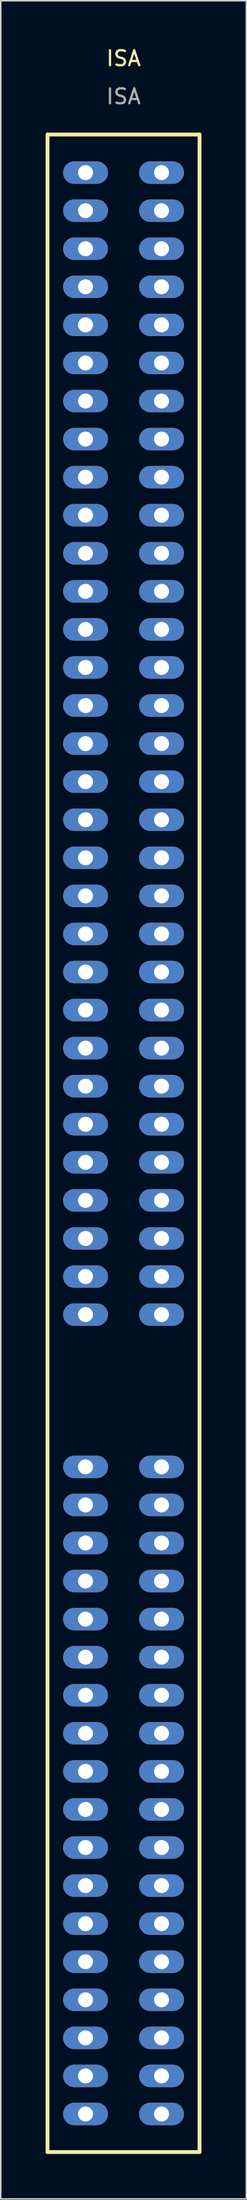
<source format=kicad_pcb>
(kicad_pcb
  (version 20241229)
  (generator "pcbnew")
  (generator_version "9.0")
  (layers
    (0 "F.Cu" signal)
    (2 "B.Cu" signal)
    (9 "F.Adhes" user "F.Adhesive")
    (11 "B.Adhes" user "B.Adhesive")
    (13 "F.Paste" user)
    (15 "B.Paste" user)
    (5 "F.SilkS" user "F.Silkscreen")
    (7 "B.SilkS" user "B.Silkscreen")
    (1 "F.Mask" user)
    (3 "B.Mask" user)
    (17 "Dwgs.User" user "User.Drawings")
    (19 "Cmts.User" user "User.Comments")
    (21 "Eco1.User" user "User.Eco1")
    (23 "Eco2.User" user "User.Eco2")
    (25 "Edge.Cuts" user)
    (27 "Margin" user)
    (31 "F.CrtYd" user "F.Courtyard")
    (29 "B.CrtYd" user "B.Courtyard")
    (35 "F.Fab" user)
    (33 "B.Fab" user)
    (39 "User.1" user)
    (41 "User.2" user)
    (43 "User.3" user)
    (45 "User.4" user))
  (footprint "ISA"
    (layer "F.Cu")
    (at 5.207 9.738)
    (property "Reference" "ISA" (at 0 -8.89 0) (unlocked yes) (layer "F.SilkS") (effects (font (size 1 1) (thickness 0.15))))
    (attr smd)
    (fp_line (start -5.08 -3.81) (end -5.08 130.81) (stroke (width 0.254) (type solid)) (layer "F.SilkS"))
    (fp_line (start -5.08 -3.81) (end 5.08 -3.81) (stroke (width 0.254) (type solid)) (layer "F.SilkS"))
    (fp_line (start -5.08 130.81) (end 5.08 130.81) (stroke (width 0.254) (type solid)) (layer "F.SilkS"))
    (fp_line (start 5.08 -3.81) (end 5.08 130.81) (stroke (width 0.254) (type solid)) (layer "F.SilkS"))
    (fp_text user "${REFERENCE}" (at 0 -6.35 0) (unlocked yes) (layer "F.Fab") (effects (font (size 1 1) (thickness 0.15))))
    (pad "1" thru_hole oval (at -2.54 -1.27) (size 3 1.5) (drill 1) (layers "*.Cu" "*.Mask"))
    (pad "2" thru_hole oval (at -2.54 1.27) (size 3 1.5) (drill 1) (layers "*.Cu" "*.Mask"))
    (pad "3" thru_hole oval (at -2.54 3.81) (size 3 1.5) (drill 1) (layers "*.Cu" "*.Mask"))
    (pad "4" thru_hole oval (at -2.54 6.35) (size 3 1.5) (drill 1) (layers "*.Cu" "*.Mask"))
    (pad "5" thru_hole oval (at -2.54 8.89) (size 3 1.5) (drill 1) (layers "*.Cu" "*.Mask"))
    (pad "6" thru_hole oval (at -2.54 11.43) (size 3 1.5) (drill 1) (layers "*.Cu" "*.Mask"))
    (pad "7" thru_hole oval (at -2.54 13.97) (size 3 1.5) (drill 1) (layers "*.Cu" "*.Mask"))
    (pad "8" thru_hole oval (at -2.54 16.51) (size 3 1.5) (drill 1) (layers "*.Cu" "*.Mask"))
    (pad "9" thru_hole oval (at -2.54 19.05) (size 3 1.5) (drill 1) (layers "*.Cu" "*.Mask"))
    (pad "10" thru_hole oval (at -2.54 21.59) (size 3 1.5) (drill 1) (layers "*.Cu" "*.Mask"))
    (pad "11" thru_hole oval (at -2.54 24.13) (size 3 1.5) (drill 1) (layers "*.Cu" "*.Mask"))
    (pad "12" thru_hole oval (at -2.54 26.67) (size 3 1.5) (drill 1) (layers "*.Cu" "*.Mask"))
    (pad "13" thru_hole oval (at -2.54 29.21) (size 3 1.5) (drill 1) (layers "*.Cu" "*.Mask"))
    (pad "14" thru_hole oval (at -2.54 31.75) (size 3 1.5) (drill 1) (layers "*.Cu" "*.Mask"))
    (pad "15" thru_hole oval (at -2.54 34.29) (size 3 1.5) (drill 1) (layers "*.Cu" "*.Mask"))
    (pad "16" thru_hole oval (at -2.54 36.83) (size 3 1.5) (drill 1) (layers "*.Cu" "*.Mask"))
    (pad "17" thru_hole oval (at -2.54 39.37) (size 3 1.5) (drill 1) (layers "*.Cu" "*.Mask"))
    (pad "18" thru_hole oval (at -2.54 41.91) (size 3 1.5) (drill 1) (layers "*.Cu" "*.Mask"))
    (pad "19" thru_hole oval (at -2.54 44.45) (size 3 1.5) (drill 1) (layers "*.Cu" "*.Mask"))
    (pad "20" thru_hole oval (at -2.54 46.99) (size 3 1.5) (drill 1) (layers "*.Cu" "*.Mask"))
    (pad "21" thru_hole oval (at -2.54 49.53) (size 3 1.5) (drill 1) (layers "*.Cu" "*.Mask"))
    (pad "22" thru_hole oval (at -2.54 52.07) (size 3 1.5) (drill 1) (layers "*.Cu" "*.Mask"))
    (pad "23" thru_hole oval (at -2.54 54.61) (size 3 1.5) (drill 1) (layers "*.Cu" "*.Mask"))
    (pad "24" thru_hole oval (at -2.54 57.15) (size 3 1.5) (drill 1) (layers "*.Cu" "*.Mask"))
    (pad "25" thru_hole oval (at -2.54 59.69) (size 3 1.5) (drill 1) (layers "*.Cu" "*.Mask"))
    (pad "26" thru_hole oval (at -2.54 62.23) (size 3 1.5) (drill 1) (layers "*.Cu" "*.Mask"))
    (pad "27" thru_hole oval (at -2.54 64.77) (size 3 1.5) (drill 1) (layers "*.Cu" "*.Mask"))
    (pad "28" thru_hole oval (at -2.54 67.31) (size 3 1.5) (drill 1) (layers "*.Cu" "*.Mask"))
    (pad "29" thru_hole oval (at -2.54 69.85) (size 3 1.5) (drill 1) (layers "*.Cu" "*.Mask"))
    (pad "30" thru_hole oval (at -2.54 72.39) (size 3 1.5) (drill 1) (layers "*.Cu" "*.Mask"))
    (pad "31" thru_hole oval (at -2.54 74.93) (size 3 1.5) (drill 1) (layers "*.Cu" "*.Mask"))
    (pad "32" thru_hole oval (at 2.54 -1.27) (size 3 1.5) (drill 1) (layers "*.Cu" "*.Mask"))
    (pad "33" thru_hole oval (at 2.54 1.27) (size 3 1.5) (drill 1) (layers "*.Cu" "*.Mask"))
    (pad "34" thru_hole oval (at 2.54 3.81) (size 3 1.5) (drill 1) (layers "*.Cu" "*.Mask"))
    (pad "35" thru_hole oval (at 2.54 6.35) (size 3 1.5) (drill 1) (layers "*.Cu" "*.Mask"))
    (pad "36" thru_hole oval (at 2.54 8.89) (size 3 1.5) (drill 1) (layers "*.Cu" "*.Mask"))
    (pad "37" thru_hole oval (at 2.54 11.43) (size 3 1.5) (drill 1) (layers "*.Cu" "*.Mask"))
    (pad "38" thru_hole oval (at 2.54 13.97) (size 3 1.5) (drill 1) (layers "*.Cu" "*.Mask"))
    (pad "39" thru_hole oval (at 2.54 16.51) (size 3 1.5) (drill 1) (layers "*.Cu" "*.Mask"))
    (pad "40" thru_hole oval (at 2.54 19.05) (size 3 1.5) (drill 1) (layers "*.Cu" "*.Mask"))
    (pad "41" thru_hole oval (at 2.54 21.59) (size 3 1.5) (drill 1) (layers "*.Cu" "*.Mask"))
    (pad "42" thru_hole oval (at 2.54 24.13) (size 3 1.5) (drill 1) (layers "*.Cu" "*.Mask"))
    (pad "43" thru_hole oval (at 2.54 26.67) (size 3 1.5) (drill 1) (layers "*.Cu" "*.Mask"))
    (pad "44" thru_hole oval (at 2.54 29.21) (size 3 1.5) (drill 1) (layers "*.Cu" "*.Mask"))
    (pad "45" thru_hole oval (at 2.54 31.75) (size 3 1.5) (drill 1) (layers "*.Cu" "*.Mask"))
    (pad "46" thru_hole oval (at 2.54 34.29) (size 3 1.5) (drill 1) (layers "*.Cu" "*.Mask"))
    (pad "47" thru_hole oval (at 2.54 36.83) (size 3 1.5) (drill 1) (layers "*.Cu" "*.Mask"))
    (pad "48" thru_hole oval (at 2.54 39.37) (size 3 1.5) (drill 1) (layers "*.Cu" "*.Mask"))
    (pad "49" thru_hole oval (at 2.54 41.91) (size 3 1.5) (drill 1) (layers "*.Cu" "*.Mask"))
    (pad "50" thru_hole oval (at 2.54 44.45) (size 3 1.5) (drill 1) (layers "*.Cu" "*.Mask"))
    (pad "51" thru_hole oval (at 2.54 46.99) (size 3 1.5) (drill 1) (layers "*.Cu" "*.Mask"))
    (pad "52" thru_hole oval (at 2.54 49.53) (size 3 1.5) (drill 1) (layers "*.Cu" "*.Mask"))
    (pad "53" thru_hole oval (at 2.54 52.07) (size 3 1.5) (drill 1) (layers "*.Cu" "*.Mask"))
    (pad "54" thru_hole oval (at 2.54 54.61) (size 3 1.5) (drill 1) (layers "*.Cu" "*.Mask"))
    (pad "55" thru_hole oval (at 2.54 57.15) (size 3 1.5) (drill 1) (layers "*.Cu" "*.Mask"))
    (pad "56" thru_hole oval (at 2.54 59.69) (size 3 1.5) (drill 1) (layers "*.Cu" "*.Mask"))
    (pad "57" thru_hole oval (at 2.54 62.23) (size 3 1.5) (drill 1) (layers "*.Cu" "*.Mask"))
    (pad "58" thru_hole oval (at 2.54 64.77) (size 3 1.5) (drill 1) (layers "*.Cu" "*.Mask"))
    (pad "59" thru_hole oval (at 2.54 67.31) (size 3 1.5) (drill 1) (layers "*.Cu" "*.Mask"))
    (pad "60" thru_hole oval (at 2.54 69.85) (size 3 1.5) (drill 1) (layers "*.Cu" "*.Mask"))
    (pad "61" thru_hole oval (at 2.54 72.39) (size 3 1.5) (drill 1) (layers "*.Cu" "*.Mask"))
    (pad "62" thru_hole oval (at 2.54 74.93) (size 3 1.5) (drill 1) (layers "*.Cu" "*.Mask"))
    (pad "63" thru_hole oval (at -2.54 85.09) (size 3 1.5) (drill 1) (layers "*.Cu" "*.Mask"))
    (pad "64" thru_hole oval (at -2.54 87.63) (size 3 1.5) (drill 1) (layers "*.Cu" "*.Mask"))
    (pad "65" thru_hole oval (at -2.54 90.17) (size 3 1.5) (drill 1) (layers "*.Cu" "*.Mask"))
    (pad "66" thru_hole oval (at -2.54 92.71) (size 3 1.5) (drill 1) (layers "*.Cu" "*.Mask"))
    (pad "67" thru_hole oval (at -2.54 95.25) (size 3 1.5) (drill 1) (layers "*.Cu" "*.Mask"))
    (pad "68" thru_hole oval (at -2.54 97.79) (size 3 1.5) (drill 1) (layers "*.Cu" "*.Mask"))
    (pad "69" thru_hole oval (at -2.54 100.33) (size 3 1.5) (drill 1) (layers "*.Cu" "*.Mask"))
    (pad "70" thru_hole oval (at -2.54 102.87) (size 3 1.5) (drill 1) (layers "*.Cu" "*.Mask"))
    (pad "71" thru_hole oval (at -2.54 105.41) (size 3 1.5) (drill 1) (layers "*.Cu" "*.Mask"))
    (pad "72" thru_hole oval (at -2.54 107.95) (size 3 1.5) (drill 1) (layers "*.Cu" "*.Mask"))
    (pad "73" thru_hole oval (at -2.54 110.49) (size 3 1.5) (drill 1) (layers "*.Cu" "*.Mask"))
    (pad "74" thru_hole oval (at -2.54 113.03) (size 3 1.5) (drill 1) (layers "*.Cu" "*.Mask"))
    (pad "75" thru_hole oval (at -2.54 115.57) (size 3 1.5) (drill 1) (layers "*.Cu" "*.Mask"))
    (pad "76" thru_hole oval (at -2.54 118.11) (size 3 1.5) (drill 1) (layers "*.Cu" "*.Mask"))
    (pad "77" thru_hole oval (at -2.54 120.65) (size 3 1.5) (drill 1) (layers "*.Cu" "*.Mask"))
    (pad "78" thru_hole oval (at -2.54 123.19) (size 3 1.5) (drill 1) (layers "*.Cu" "*.Mask"))
    (pad "79" thru_hole oval (at -2.54 125.73) (size 3 1.5) (drill 1) (layers "*.Cu" "*.Mask"))
    (pad "80" thru_hole oval (at -2.54 128.27) (size 3 1.5) (drill 1) (layers "*.Cu" "*.Mask"))
    (pad "81" thru_hole oval (at 2.54 85.09) (size 3 1.5) (drill 1) (layers "*.Cu" "*.Mask"))
    (pad "82" thru_hole oval (at 2.54 87.63) (size 3 1.5) (drill 1) (layers "*.Cu" "*.Mask"))
    (pad "83" thru_hole oval (at 2.54 90.17) (size 3 1.5) (drill 1) (layers "*.Cu" "*.Mask"))
    (pad "84" thru_hole oval (at 2.54 92.71) (size 3 1.5) (drill 1) (layers "*.Cu" "*.Mask"))
    (pad "85" thru_hole oval (at 2.54 95.25) (size 3 1.5) (drill 1) (layers "*.Cu" "*.Mask"))
    (pad "86" thru_hole oval (at 2.54 97.79) (size 3 1.5) (drill 1) (layers "*.Cu" "*.Mask"))
    (pad "87" thru_hole oval (at 2.54 100.33) (size 3 1.5) (drill 1) (layers "*.Cu" "*.Mask"))
    (pad "88" thru_hole oval (at 2.54 102.87) (size 3 1.5) (drill 1) (layers "*.Cu" "*.Mask"))
    (pad "89" thru_hole oval (at 2.54 105.41) (size 3 1.5) (drill 1) (layers "*.Cu" "*.Mask"))
    (pad "90" thru_hole oval (at 2.54 107.95) (size 3 1.5) (drill 1) (layers "*.Cu" "*.Mask"))
    (pad "91" thru_hole oval (at 2.54 110.49) (size 3 1.5) (drill 1) (layers "*.Cu" "*.Mask"))
    (pad "92" thru_hole oval (at 2.54 113.03) (size 3 1.5) (drill 1) (layers "*.Cu" "*.Mask"))
    (pad "93" thru_hole oval (at 2.54 115.57) (size 3 1.5) (drill 1) (layers "*.Cu" "*.Mask"))
    (pad "94" thru_hole oval (at 2.54 118.11) (size 3 1.5) (drill 1) (layers "*.Cu" "*.Mask"))
    (pad "95" thru_hole oval (at 2.54 120.65) (size 3 1.5) (drill 1) (layers "*.Cu" "*.Mask"))
    (pad "96" thru_hole oval (at 2.54 123.19) (size 3 1.5) (drill 1) (layers "*.Cu" "*.Mask"))
    (pad "97" thru_hole oval (at 2.54 125.73) (size 3 1.5) (drill 1) (layers "*.Cu" "*.Mask"))
    (pad "98" thru_hole oval (at 2.54 128.27) (size 3 1.5) (drill 1) (layers "*.Cu" "*.Mask")))
  (gr_rect
    (start -3 -3)
    (end 13.414 143.675)
    (stroke (width 0.1) (type default))
    (fill no)
    (layer "Edge.Cuts")))
</source>
